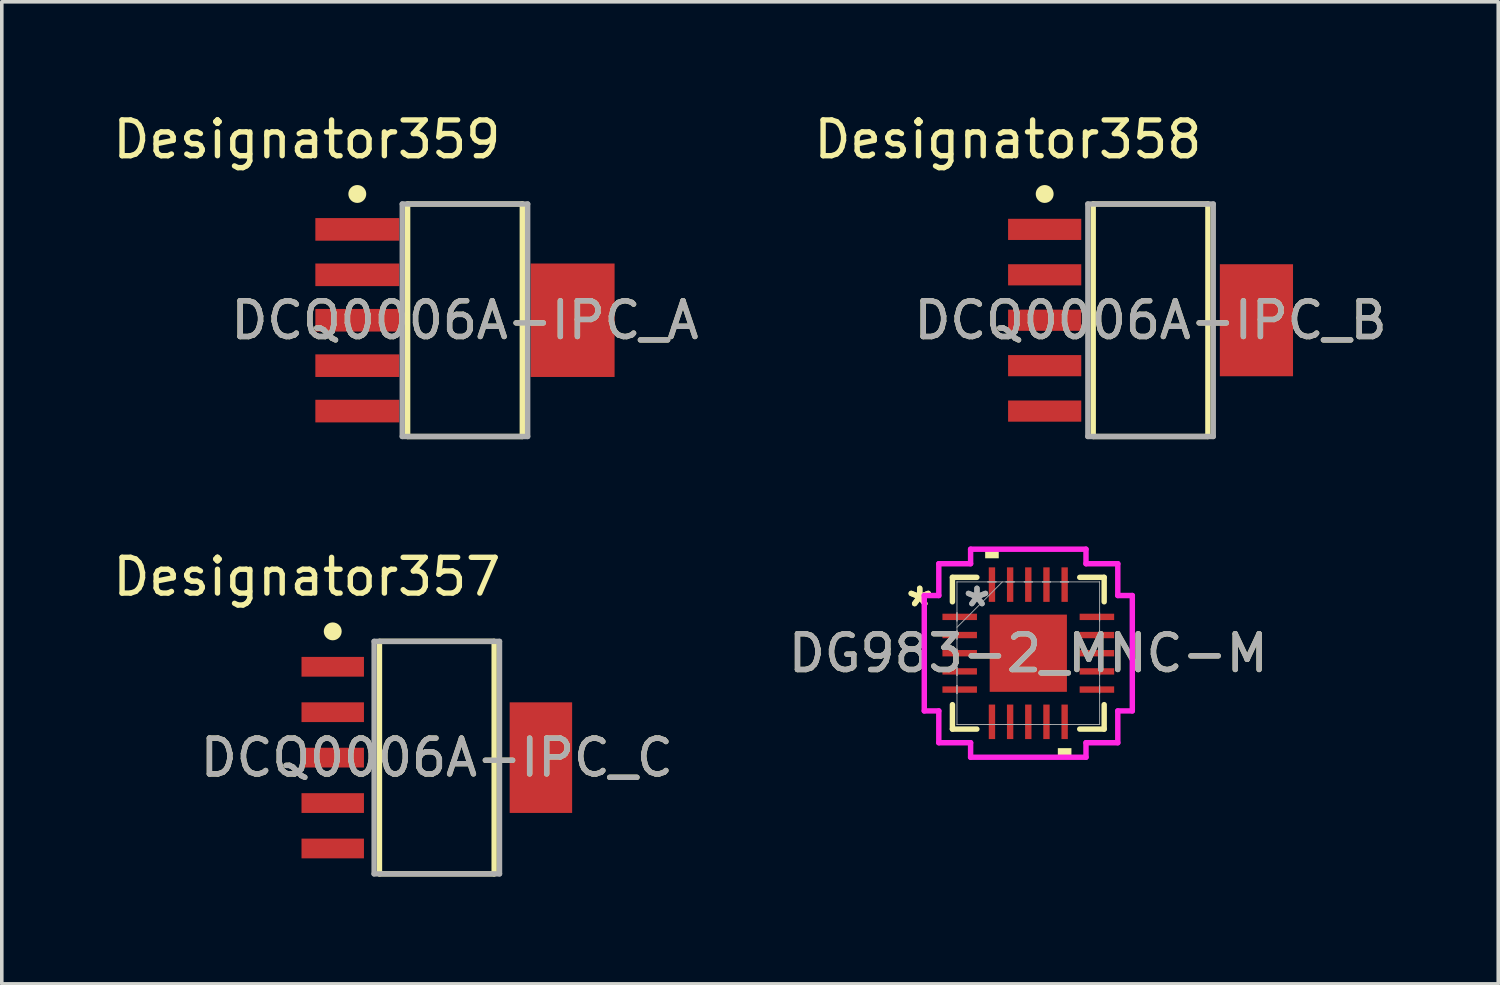
<source format=kicad_pcb>
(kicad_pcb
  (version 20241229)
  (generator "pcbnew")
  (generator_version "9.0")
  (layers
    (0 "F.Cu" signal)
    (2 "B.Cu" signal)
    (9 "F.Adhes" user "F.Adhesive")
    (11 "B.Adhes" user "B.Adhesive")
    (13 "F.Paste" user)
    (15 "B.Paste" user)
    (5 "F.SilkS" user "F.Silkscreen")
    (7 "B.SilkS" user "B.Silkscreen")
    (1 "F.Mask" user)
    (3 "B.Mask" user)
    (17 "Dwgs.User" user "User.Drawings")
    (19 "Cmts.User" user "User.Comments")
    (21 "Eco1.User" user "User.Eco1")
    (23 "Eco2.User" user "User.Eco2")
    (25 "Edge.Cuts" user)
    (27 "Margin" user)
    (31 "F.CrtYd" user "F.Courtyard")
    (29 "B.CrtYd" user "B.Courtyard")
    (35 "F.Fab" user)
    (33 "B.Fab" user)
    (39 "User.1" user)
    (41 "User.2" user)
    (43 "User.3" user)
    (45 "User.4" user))
  (footprint "DCQ0006A-IPC_C"
    (layer "F.Cu")
    (at 9.162 18.131)
    (property "Reference" "DCQ0006A-IPC_C" (at 0 0 0) (unlocked yes) (layer "F.SilkS") (effects (font (size 1 1) (thickness 0.15))))
    (attr smd)
    (fp_line (start -1.603 -3.25) (end 1.603 -3.25) (stroke (width 0.15) (type solid)) (layer "F.SilkS"))
    (fp_line (start -1.603 3.25) (end -1.603 -3.25) (stroke (width 0.15) (type solid)) (layer "F.SilkS"))
    (fp_line (start -1.603 3.25) (end 1.603 3.25) (stroke (width 0.15) (type solid)) (layer "F.SilkS"))
    (fp_line (start 1.603 3.25) (end 1.603 -3.25) (stroke (width 0.15) (type solid)) (layer "F.SilkS"))
    (fp_circle (center -2.91 -3.53) (end -2.785 -3.53) (stroke (width 0.25) (type solid)) (fill no) (layer "F.SilkS"))
    (fp_line (start -1.753 -3.25) (end 1.753 -3.25) (stroke (width 0.15) (type solid)) (layer "F.Fab"))
    (fp_line (start -1.753 3.25) (end -1.753 -3.25) (stroke (width 0.15) (type solid)) (layer "F.Fab"))
    (fp_line (start -1.753 3.25) (end 1.753 3.25) (stroke (width 0.15) (type solid)) (layer "F.Fab"))
    (fp_line (start 1.753 3.25) (end 1.753 -3.25) (stroke (width 0.15) (type solid)) (layer "F.Fab"))
    (fp_text user "Designator357" (at -3.632 -5.055 0) (unlocked yes) (layer "F.SilkS") (effects (font (size 1 1) (thickness 0.15))))
    (fp_text user "${REFERENCE}" (at 0 0 0) (unlocked yes) (layer "F.Fab") (effects (font (size 1 1) (thickness 0.15))))
    (pad "1" smd rect (at -2.91 -2.54) (size 1.746 0.552) (layers "F.Cu" "F.Mask" "F.Paste"))
    (pad "2" smd rect (at -2.91 -1.27) (size 1.746 0.552) (layers "F.Cu" "F.Mask" "F.Paste"))
    (pad "3" smd rect (at -2.91 0) (size 1.746 0.552) (layers "F.Cu" "F.Mask" "F.Paste"))
    (pad "4" smd rect (at -2.91 1.27) (size 1.746 0.552) (layers "F.Cu" "F.Mask" "F.Paste"))
    (pad "5" smd rect (at -2.91 2.54) (size 1.746 0.552) (layers "F.Cu" "F.Mask" "F.Paste"))
    (pad "6" smd rect (at 2.91 0) (size 1.746 3.092) (layers "F.Cu" "F.Mask" "F.Paste")))
  (footprint "DCQ0006A-IPC_A"
    (layer "F.Cu")
    (at 9.949 5.903)
    (property "Reference" "DCQ0006A-IPC_A" (at 0 0 0) (unlocked yes) (layer "F.SilkS") (effects (font (size 1 1) (thickness 0.15))))
    (attr smd)
    (fp_line (start -1.603 -3.25) (end 1.603 -3.25) (stroke (width 0.15) (type solid)) (layer "F.SilkS"))
    (fp_line (start -1.603 3.25) (end -1.603 -3.25) (stroke (width 0.15) (type solid)) (layer "F.SilkS"))
    (fp_line (start -1.603 3.25) (end 1.603 3.25) (stroke (width 0.15) (type solid)) (layer "F.SilkS"))
    (fp_line (start 1.603 3.25) (end 1.603 -3.25) (stroke (width 0.15) (type solid)) (layer "F.SilkS"))
    (fp_circle (center -3.01 -3.53) (end -2.885 -3.53) (stroke (width 0.25) (type solid)) (fill no) (layer "F.SilkS"))
    (fp_line (start -1.753 -3.25) (end 1.753 -3.25) (stroke (width 0.15) (type solid)) (layer "F.Fab"))
    (fp_line (start -1.753 3.25) (end -1.753 -3.25) (stroke (width 0.15) (type solid)) (layer "F.Fab"))
    (fp_line (start -1.753 3.25) (end 1.753 3.25) (stroke (width 0.15) (type solid)) (layer "F.Fab"))
    (fp_line (start 1.753 3.25) (end 1.753 -3.25) (stroke (width 0.15) (type solid)) (layer "F.Fab"))
    (fp_text user "Designator359" (at -4.42 -5.055 0) (unlocked yes) (layer "F.SilkS") (effects (font (size 1 1) (thickness 0.15))))
    (fp_text user "${REFERENCE}" (at 0 0 0) (unlocked yes) (layer "F.Fab") (effects (font (size 1 1) (thickness 0.15))))
    (pad "1" smd rect (at -3.01 -2.54) (size 2.346 0.632) (layers "F.Cu" "F.Mask" "F.Paste"))
    (pad "2" smd rect (at -3.01 -1.27) (size 2.346 0.632) (layers "F.Cu" "F.Mask" "F.Paste"))
    (pad "3" smd rect (at -3.01 0) (size 2.346 0.632) (layers "F.Cu" "F.Mask" "F.Paste"))
    (pad "4" smd rect (at -3.01 1.27) (size 2.346 0.632) (layers "F.Cu" "F.Mask" "F.Paste"))
    (pad "5" smd rect (at -3.01 2.54) (size 2.346 0.632) (layers "F.Cu" "F.Mask" "F.Paste"))
    (pad "6" smd rect (at 3.01 0) (size 2.346 3.172) (layers "F.Cu" "F.Mask" "F.Paste")))
  (footprint "DCQ0006A-IPC_B"
    (layer "F.Cu")
    (at 29.116 5.903)
    (property "Reference" "DCQ0006A-IPC_B" (at 0 0 0) (unlocked yes) (layer "F.SilkS") (effects (font (size 1 1) (thickness 0.15))))
    (attr smd)
    (fp_line (start -1.603 -3.25) (end 1.603 -3.25) (stroke (width 0.15) (type solid)) (layer "F.SilkS"))
    (fp_line (start -1.603 3.25) (end -1.603 -3.25) (stroke (width 0.15) (type solid)) (layer "F.SilkS"))
    (fp_line (start -1.603 3.25) (end 1.603 3.25) (stroke (width 0.15) (type solid)) (layer "F.SilkS"))
    (fp_line (start 1.603 3.25) (end 1.603 -3.25) (stroke (width 0.15) (type solid)) (layer "F.SilkS"))
    (fp_circle (center -2.96 -3.53) (end -2.835 -3.53) (stroke (width 0.25) (type solid)) (fill no) (layer "F.SilkS"))
    (fp_line (start -1.753 -3.25) (end 1.753 -3.25) (stroke (width 0.15) (type solid)) (layer "F.Fab"))
    (fp_line (start -1.753 3.25) (end -1.753 -3.25) (stroke (width 0.15) (type solid)) (layer "F.Fab"))
    (fp_line (start -1.753 3.25) (end 1.753 3.25) (stroke (width 0.15) (type solid)) (layer "F.Fab"))
    (fp_line (start 1.753 3.25) (end 1.753 -3.25) (stroke (width 0.15) (type solid)) (layer "F.Fab"))
    (fp_text user "Designator358" (at -3.988 -5.055 0) (unlocked yes) (layer "F.SilkS") (effects (font (size 1 1) (thickness 0.15))))
    (fp_text user "${REFERENCE}" (at 0 0 0) (unlocked yes) (layer "F.Fab") (effects (font (size 1 1) (thickness 0.15))))
    (pad "1" smd rect (at -2.96 -2.54) (size 2.046 0.592) (layers "F.Cu" "F.Mask" "F.Paste"))
    (pad "2" smd rect (at -2.96 -1.27) (size 2.046 0.592) (layers "F.Cu" "F.Mask" "F.Paste"))
    (pad "3" smd rect (at -2.96 0) (size 2.046 0.592) (layers "F.Cu" "F.Mask" "F.Paste"))
    (pad "4" smd rect (at -2.96 1.27) (size 2.046 0.592) (layers "F.Cu" "F.Mask" "F.Paste"))
    (pad "5" smd rect (at -2.96 2.54) (size 2.046 0.592) (layers "F.Cu" "F.Mask" "F.Paste"))
    (pad "6" smd rect (at 2.96 0) (size 2.046 3.132) (layers "F.Cu" "F.Mask" "F.Paste")))
  (footprint "DG983-2_MNC-M"
    (layer "F.Cu")
    (at 25.698 15.212)
    (property "Reference" "DG983-2_MNC-M" (at 0 0 0) (unlocked yes) (layer "F.SilkS") (effects (font (size 1 1) (thickness 0.15))))
    (attr smd)
    (fp_line (start -2.121 -2.121) (end -2.121 -1.438) (stroke (width 0.152) (type solid)) (layer "F.SilkS"))
    (fp_line (start -2.121 1.438) (end -2.121 2.121) (stroke (width 0.152) (type solid)) (layer "F.SilkS"))
    (fp_line (start -2.121 2.121) (end -1.438 2.121) (stroke (width 0.152) (type solid)) (layer "F.SilkS"))
    (fp_line (start -1.438 -2.121) (end -2.121 -2.121) (stroke (width 0.152) (type solid)) (layer "F.SilkS"))
    (fp_line (start 1.438 2.121) (end 2.121 2.121) (stroke (width 0.152) (type solid)) (layer "F.SilkS"))
    (fp_line (start 2.121 -2.121) (end 1.438 -2.121) (stroke (width 0.152) (type solid)) (layer "F.SilkS"))
    (fp_line (start 2.121 -1.438) (end 2.121 -2.121) (stroke (width 0.152) (type solid)) (layer "F.SilkS"))
    (fp_line (start 2.121 2.121) (end 2.121 1.438) (stroke (width 0.152) (type solid)) (layer "F.SilkS"))
    (fp_poly (pts (xy -1.206 -2.654) (xy -1.206 -2.908) (xy -0.826 -2.908) (xy -0.826 -2.654)) (stroke (width 0) (type solid)) (fill yes) (layer "F.SilkS"))
    (fp_poly (pts (xy 0.826 2.654) (xy 0.826 2.908) (xy 1.206 2.908) (xy 1.206 2.654)) (stroke (width 0) (type solid)) (fill yes) (layer "F.SilkS"))
    (fp_line (start -2.908 -1.613) (end -2.502 -1.613) (stroke (width 0.152) (type solid)) (layer "F.CrtYd"))
    (fp_line (start -2.908 1.613) (end -2.908 -1.613) (stroke (width 0.152) (type solid)) (layer "F.CrtYd"))
    (fp_line (start -2.502 -2.502) (end -1.613 -2.502) (stroke (width 0.152) (type solid)) (layer "F.CrtYd"))
    (fp_line (start -2.502 -1.613) (end -2.502 -2.502) (stroke (width 0.152) (type solid)) (layer "F.CrtYd"))
    (fp_line (start -2.502 1.613) (end -2.908 1.613) (stroke (width 0.152) (type solid)) (layer "F.CrtYd"))
    (fp_line (start -2.502 2.502) (end -2.502 1.613) (stroke (width 0.152) (type solid)) (layer "F.CrtYd"))
    (fp_line (start -1.613 -2.908) (end 1.613 -2.908) (stroke (width 0.152) (type solid)) (layer "F.CrtYd"))
    (fp_line (start -1.613 -2.502) (end -1.613 -2.908) (stroke (width 0.152) (type solid)) (layer "F.CrtYd"))
    (fp_line (start -1.613 2.502) (end -2.502 2.502) (stroke (width 0.152) (type solid)) (layer "F.CrtYd"))
    (fp_line (start -1.613 2.908) (end -1.613 2.502) (stroke (width 0.152) (type solid)) (layer "F.CrtYd"))
    (fp_line (start 1.613 -2.908) (end 1.613 -2.502) (stroke (width 0.152) (type solid)) (layer "F.CrtYd"))
    (fp_line (start 1.613 -2.502) (end 2.502 -2.502) (stroke (width 0.152) (type solid)) (layer "F.CrtYd"))
    (fp_line (start 1.613 2.502) (end 1.613 2.908) (stroke (width 0.152) (type solid)) (layer "F.CrtYd"))
    (fp_line (start 1.613 2.908) (end -1.613 2.908) (stroke (width 0.152) (type solid)) (layer "F.CrtYd"))
    (fp_line (start 2.502 -2.502) (end 2.502 -1.613) (stroke (width 0.152) (type solid)) (layer "F.CrtYd"))
    (fp_line (start 2.502 -1.613) (end 2.908 -1.613) (stroke (width 0.152) (type solid)) (layer "F.CrtYd"))
    (fp_line (start 2.502 1.613) (end 2.502 2.502) (stroke (width 0.152) (type solid)) (layer "F.CrtYd"))
    (fp_line (start 2.502 2.502) (end 1.613 2.502) (stroke (width 0.152) (type solid)) (layer "F.CrtYd"))
    (fp_line (start 2.908 -1.613) (end 2.908 1.613) (stroke (width 0.152) (type solid)) (layer "F.CrtYd"))
    (fp_line (start 2.908 1.613) (end 2.502 1.613) (stroke (width 0.152) (type solid)) (layer "F.CrtYd"))
    (fp_line (start -1.994 -1.994) (end -1.994 -1.994) (stroke (width 0.025) (type solid)) (layer "F.Fab"))
    (fp_line (start -1.994 -1.994) (end -1.994 1.994) (stroke (width 0.025) (type solid)) (layer "F.Fab"))
    (fp_line (start -1.994 -1.13) (end -1.994 -1.13) (stroke (width 0.025) (type solid)) (layer "F.Fab"))
    (fp_line (start -1.994 -1.13) (end -1.994 -0.902) (stroke (width 0.025) (type solid)) (layer "F.Fab"))
    (fp_line (start -1.994 -0.902) (end -1.994 -1.13) (stroke (width 0.025) (type solid)) (layer "F.Fab"))
    (fp_line (start -1.994 -0.902) (end -1.994 -0.902) (stroke (width 0.025) (type solid)) (layer "F.Fab"))
    (fp_line (start -1.994 -0.724) (end -0.724 -1.994) (stroke (width 0.025) (type solid)) (layer "F.Fab"))
    (fp_line (start -1.994 -0.622) (end -1.994 -0.622) (stroke (width 0.025) (type solid)) (layer "F.Fab"))
    (fp_line (start -1.994 -0.622) (end -1.994 -0.394) (stroke (width 0.025) (type solid)) (layer "F.Fab"))
    (fp_line (start -1.994 -0.394) (end -1.994 -0.622) (stroke (width 0.025) (type solid)) (layer "F.Fab"))
    (fp_line (start -1.994 -0.394) (end -1.994 -0.394) (stroke (width 0.025) (type solid)) (layer "F.Fab"))
    (fp_line (start -1.994 -0.114) (end -1.994 -0.114) (stroke (width 0.025) (type solid)) (layer "F.Fab"))
    (fp_line (start -1.994 -0.114) (end -1.994 0.114) (stroke (width 0.025) (type solid)) (layer "F.Fab"))
    (fp_line (start -1.994 0.114) (end -1.994 -0.114) (stroke (width 0.025) (type solid)) (layer "F.Fab"))
    (fp_line (start -1.994 0.114) (end -1.994 0.114) (stroke (width 0.025) (type solid)) (layer "F.Fab"))
    (fp_line (start -1.994 0.394) (end -1.994 0.394) (stroke (width 0.025) (type solid)) (layer "F.Fab"))
    (fp_line (start -1.994 0.394) (end -1.994 0.622) (stroke (width 0.025) (type solid)) (layer "F.Fab"))
    (fp_line (start -1.994 0.622) (end -1.994 0.394) (stroke (width 0.025) (type solid)) (layer "F.Fab"))
    (fp_line (start -1.994 0.622) (end -1.994 0.622) (stroke (width 0.025) (type solid)) (layer "F.Fab"))
    (fp_line (start -1.994 0.902) (end -1.994 0.902) (stroke (width 0.025) (type solid)) (layer "F.Fab"))
    (fp_line (start -1.994 0.902) (end -1.994 1.13) (stroke (width 0.025) (type solid)) (layer "F.Fab"))
    (fp_line (start -1.994 1.13) (end -1.994 0.902) (stroke (width 0.025) (type solid)) (layer "F.Fab"))
    (fp_line (start -1.994 1.13) (end -1.994 1.13) (stroke (width 0.025) (type solid)) (layer "F.Fab"))
    (fp_line (start -1.994 1.994) (end -1.994 1.994) (stroke (width 0.025) (type solid)) (layer "F.Fab"))
    (fp_line (start -1.994 1.994) (end 1.994 1.994) (stroke (width 0.025) (type solid)) (layer "F.Fab"))
    (fp_line (start -1.13 -1.994) (end -1.13 -1.994) (stroke (width 0.025) (type solid)) (layer "F.Fab"))
    (fp_line (start -1.13 -1.994) (end -0.902 -1.994) (stroke (width 0.025) (type solid)) (layer "F.Fab"))
    (fp_line (start -1.13 1.994) (end -1.13 1.994) (stroke (width 0.025) (type solid)) (layer "F.Fab"))
    (fp_line (start -1.13 1.994) (end -0.902 1.994) (stroke (width 0.025) (type solid)) (layer "F.Fab"))
    (fp_line (start -0.902 -1.994) (end -1.13 -1.994) (stroke (width 0.025) (type solid)) (layer "F.Fab"))
    (fp_line (start -0.902 -1.994) (end -0.902 -1.994) (stroke (width 0.025) (type solid)) (layer "F.Fab"))
    (fp_line (start -0.902 1.994) (end -1.13 1.994) (stroke (width 0.025) (type solid)) (layer "F.Fab"))
    (fp_line (start -0.902 1.994) (end -0.902 1.994) (stroke (width 0.025) (type solid)) (layer "F.Fab"))
    (fp_line (start -0.622 -1.994) (end -0.622 -1.994) (stroke (width 0.025) (type solid)) (layer "F.Fab"))
    (fp_line (start -0.622 -1.994) (end -0.394 -1.994) (stroke (width 0.025) (type solid)) (layer "F.Fab"))
    (fp_line (start -0.622 1.994) (end -0.622 1.994) (stroke (width 0.025) (type solid)) (layer "F.Fab"))
    (fp_line (start -0.622 1.994) (end -0.394 1.994) (stroke (width 0.025) (type solid)) (layer "F.Fab"))
    (fp_line (start -0.394 -1.994) (end -0.622 -1.994) (stroke (width 0.025) (type solid)) (layer "F.Fab"))
    (fp_line (start -0.394 -1.994) (end -0.394 -1.994) (stroke (width 0.025) (type solid)) (layer "F.Fab"))
    (fp_line (start -0.394 1.994) (end -0.622 1.994) (stroke (width 0.025) (type solid)) (layer "F.Fab"))
    (fp_line (start -0.394 1.994) (end -0.394 1.994) (stroke (width 0.025) (type solid)) (layer "F.Fab"))
    (fp_line (start -0.114 -1.994) (end -0.114 -1.994) (stroke (width 0.025) (type solid)) (layer "F.Fab"))
    (fp_line (start -0.114 -1.994) (end 0.114 -1.994) (stroke (width 0.025) (type solid)) (layer "F.Fab"))
    (fp_line (start -0.114 1.994) (end -0.114 1.994) (stroke (width 0.025) (type solid)) (layer "F.Fab"))
    (fp_line (start -0.114 1.994) (end 0.114 1.994) (stroke (width 0.025) (type solid)) (layer "F.Fab"))
    (fp_line (start 0.114 -1.994) (end -0.114 -1.994) (stroke (width 0.025) (type solid)) (layer "F.Fab"))
    (fp_line (start 0.114 -1.994) (end 0.114 -1.994) (stroke (width 0.025) (type solid)) (layer "F.Fab"))
    (fp_line (start 0.114 1.994) (end -0.114 1.994) (stroke (width 0.025) (type solid)) (layer "F.Fab"))
    (fp_line (start 0.114 1.994) (end 0.114 1.994) (stroke (width 0.025) (type solid)) (layer "F.Fab"))
    (fp_line (start 0.394 -1.994) (end 0.394 -1.994) (stroke (width 0.025) (type solid)) (layer "F.Fab"))
    (fp_line (start 0.394 -1.994) (end 0.622 -1.994) (stroke (width 0.025) (type solid)) (layer "F.Fab"))
    (fp_line (start 0.394 1.994) (end 0.394 1.994) (stroke (width 0.025) (type solid)) (layer "F.Fab"))
    (fp_line (start 0.394 1.994) (end 0.622 1.994) (stroke (width 0.025) (type solid)) (layer "F.Fab"))
    (fp_line (start 0.622 -1.994) (end 0.394 -1.994) (stroke (width 0.025) (type solid)) (layer "F.Fab"))
    (fp_line (start 0.622 -1.994) (end 0.622 -1.994) (stroke (width 0.025) (type solid)) (layer "F.Fab"))
    (fp_line (start 0.622 1.994) (end 0.394 1.994) (stroke (width 0.025) (type solid)) (layer "F.Fab"))
    (fp_line (start 0.622 1.994) (end 0.622 1.994) (stroke (width 0.025) (type solid)) (layer "F.Fab"))
    (fp_line (start 0.902 -1.994) (end 0.902 -1.994) (stroke (width 0.025) (type solid)) (layer "F.Fab"))
    (fp_line (start 0.902 -1.994) (end 1.13 -1.994) (stroke (width 0.025) (type solid)) (layer "F.Fab"))
    (fp_line (start 0.902 1.994) (end 0.902 1.994) (stroke (width 0.025) (type solid)) (layer "F.Fab"))
    (fp_line (start 0.902 1.994) (end 1.13 1.994) (stroke (width 0.025) (type solid)) (layer "F.Fab"))
    (fp_line (start 1.13 -1.994) (end 0.902 -1.994) (stroke (width 0.025) (type solid)) (layer "F.Fab"))
    (fp_line (start 1.13 -1.994) (end 1.13 -1.994) (stroke (width 0.025) (type solid)) (layer "F.Fab"))
    (fp_line (start 1.13 1.994) (end 0.902 1.994) (stroke (width 0.025) (type solid)) (layer "F.Fab"))
    (fp_line (start 1.13 1.994) (end 1.13 1.994) (stroke (width 0.025) (type solid)) (layer "F.Fab"))
    (fp_line (start 1.994 -1.994) (end -1.994 -1.994) (stroke (width 0.025) (type solid)) (layer "F.Fab"))
    (fp_line (start 1.994 -1.994) (end 1.994 -1.994) (stroke (width 0.025) (type solid)) (layer "F.Fab"))
    (fp_line (start 1.994 -1.13) (end 1.994 -1.13) (stroke (width 0.025) (type solid)) (layer "F.Fab"))
    (fp_line (start 1.994 -1.13) (end 1.994 -0.902) (stroke (width 0.025) (type solid)) (layer "F.Fab"))
    (fp_line (start 1.994 -0.902) (end 1.994 -1.13) (stroke (width 0.025) (type solid)) (layer "F.Fab"))
    (fp_line (start 1.994 -0.902) (end 1.994 -0.902) (stroke (width 0.025) (type solid)) (layer "F.Fab"))
    (fp_line (start 1.994 -0.622) (end 1.994 -0.622) (stroke (width 0.025) (type solid)) (layer "F.Fab"))
    (fp_line (start 1.994 -0.622) (end 1.994 -0.394) (stroke (width 0.025) (type solid)) (layer "F.Fab"))
    (fp_line (start 1.994 -0.394) (end 1.994 -0.622) (stroke (width 0.025) (type solid)) (layer "F.Fab"))
    (fp_line (start 1.994 -0.394) (end 1.994 -0.394) (stroke (width 0.025) (type solid)) (layer "F.Fab"))
    (fp_line (start 1.994 -0.114) (end 1.994 -0.114) (stroke (width 0.025) (type solid)) (layer "F.Fab"))
    (fp_line (start 1.994 -0.114) (end 1.994 0.114) (stroke (width 0.025) (type solid)) (layer "F.Fab"))
    (fp_line (start 1.994 0.114) (end 1.994 -0.114) (stroke (width 0.025) (type solid)) (layer "F.Fab"))
    (fp_line (start 1.994 0.114) (end 1.994 0.114) (stroke (width 0.025) (type solid)) (layer "F.Fab"))
    (fp_line (start 1.994 0.394) (end 1.994 0.394) (stroke (width 0.025) (type solid)) (layer "F.Fab"))
    (fp_line (start 1.994 0.394) (end 1.994 0.622) (stroke (width 0.025) (type solid)) (layer "F.Fab"))
    (fp_line (start 1.994 0.622) (end 1.994 0.394) (stroke (width 0.025) (type solid)) (layer "F.Fab"))
    (fp_line (start 1.994 0.622) (end 1.994 0.622) (stroke (width 0.025) (type solid)) (layer "F.Fab"))
    (fp_line (start 1.994 0.902) (end 1.994 0.902) (stroke (width 0.025) (type solid)) (layer "F.Fab"))
    (fp_line (start 1.994 0.902) (end 1.994 1.13) (stroke (width 0.025) (type solid)) (layer "F.Fab"))
    (fp_line (start 1.994 1.13) (end 1.994 0.902) (stroke (width 0.025) (type solid)) (layer "F.Fab"))
    (fp_line (start 1.994 1.13) (end 1.994 1.13) (stroke (width 0.025) (type solid)) (layer "F.Fab"))
    (fp_line (start 1.994 1.994) (end 1.994 -1.994) (stroke (width 0.025) (type solid)) (layer "F.Fab"))
    (fp_line (start 1.994 1.994) (end 1.994 1.994) (stroke (width 0.025) (type solid)) (layer "F.Fab"))
    (fp_text user "*" (at -3.035 -1.27 0) (unlocked yes) (layer "F.SilkS") (effects (font (size 1 1) (thickness 0.15))))
    (fp_text user "*" (at -3.035 -1.27 0) (layer "F.SilkS") (effects (font (size 1 1) (thickness 0.15))))
    (fp_text user "*" (at -1.435 -1.27 0) (layer "F.Fab") (effects (font (size 1 1) (thickness 0.15))))
    (fp_text user "${REFERENCE}" (at 0 0 0) (unlocked yes) (layer "F.Fab") (effects (font (size 1 1) (thickness 0.15))))
    (fp_text user "*" (at -1.435 -1.27 0) (unlocked yes) (layer "F.Fab") (effects (font (size 1 1) (thickness 0.15))))
    (pad "1" smd rect (at -1.918 -1.016 90) (size 0.178 0.965) (layers "F.Cu" "F.Mask" "F.Paste"))
    (pad "2" smd rect (at -1.918 -0.508 90) (size 0.178 0.965) (layers "F.Cu" "F.Mask" "F.Paste"))
    (pad "3" smd rect (at -1.918 0 90) (size 0.178 0.965) (layers "F.Cu" "F.Mask" "F.Paste"))
    (pad "4" smd rect (at -1.918 0.508 90) (size 0.178 0.965) (layers "F.Cu" "F.Mask" "F.Paste"))
    (pad "5" smd rect (at -1.918 1.016 90) (size 0.178 0.965) (layers "F.Cu" "F.Mask" "F.Paste"))
    (pad "6" smd rect (at -1.016 1.918) (size 0.178 0.965) (layers "F.Cu" "F.Mask" "F.Paste"))
    (pad "7" smd rect (at -0.508 1.918) (size 0.178 0.965) (layers "F.Cu" "F.Mask" "F.Paste"))
    (pad "8" smd rect (at 0 1.918) (size 0.178 0.965) (layers "F.Cu" "F.Mask" "F.Paste"))
    (pad "9" smd rect (at 0.508 1.918) (size 0.178 0.965) (layers "F.Cu" "F.Mask" "F.Paste"))
    (pad "10" smd rect (at 1.016 1.918) (size 0.178 0.965) (layers "F.Cu" "F.Mask" "F.Paste"))
    (pad "11" smd rect (at 1.918 1.016 90) (size 0.178 0.965) (layers "F.Cu" "F.Mask" "F.Paste"))
    (pad "12" smd rect (at 1.918 0.508 90) (size 0.178 0.965) (layers "F.Cu" "F.Mask" "F.Paste"))
    (pad "13" smd rect (at 1.918 0 90) (size 0.178 0.965) (layers "F.Cu" "F.Mask" "F.Paste"))
    (pad "14" smd rect (at 1.918 -0.508 90) (size 0.178 0.965) (layers "F.Cu" "F.Mask" "F.Paste"))
    (pad "15" smd rect (at 1.918 -1.016 90) (size 0.178 0.965) (layers "F.Cu" "F.Mask" "F.Paste"))
    (pad "16" smd rect (at 1.016 -1.918) (size 0.178 0.965) (layers "F.Cu" "F.Mask" "F.Paste"))
    (pad "17" smd rect (at 0.508 -1.918) (size 0.178 0.965) (layers "F.Cu" "F.Mask" "F.Paste"))
    (pad "18" smd rect (at 0 -1.918) (size 0.178 0.965) (layers "F.Cu" "F.Mask" "F.Paste"))
    (pad "19" smd rect (at -0.508 -1.918) (size 0.178 0.965) (layers "F.Cu" "F.Mask" "F.Paste"))
    (pad "20" smd rect (at -1.016 -1.918) (size 0.178 0.965) (layers "F.Cu" "F.Mask" "F.Paste"))
    (pad "21" smd rect (at 0 0) (size 2.159 2.159) (layers "F.Cu" "F.Mask" "F.Paste")))
  (gr_rect
    (start -3 -3)
    (end 38.836 24.456)
    (stroke (width 0.1) (type default))
    (fill no)
    (layer "Edge.Cuts")))
</source>
